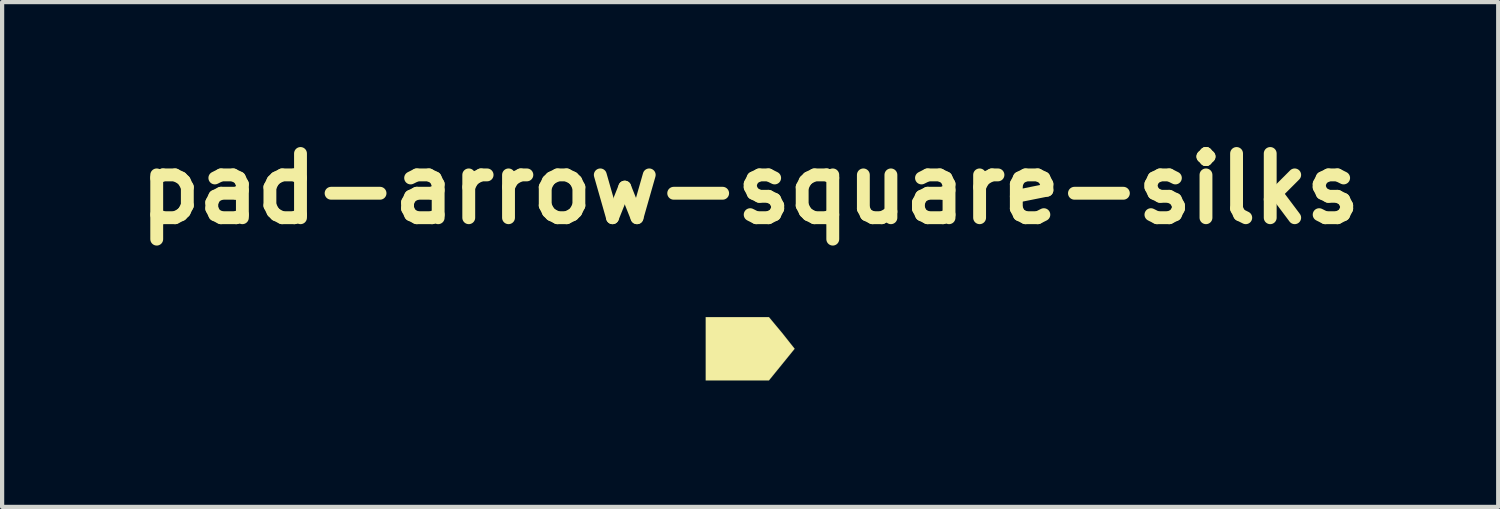
<source format=kicad_pcb>
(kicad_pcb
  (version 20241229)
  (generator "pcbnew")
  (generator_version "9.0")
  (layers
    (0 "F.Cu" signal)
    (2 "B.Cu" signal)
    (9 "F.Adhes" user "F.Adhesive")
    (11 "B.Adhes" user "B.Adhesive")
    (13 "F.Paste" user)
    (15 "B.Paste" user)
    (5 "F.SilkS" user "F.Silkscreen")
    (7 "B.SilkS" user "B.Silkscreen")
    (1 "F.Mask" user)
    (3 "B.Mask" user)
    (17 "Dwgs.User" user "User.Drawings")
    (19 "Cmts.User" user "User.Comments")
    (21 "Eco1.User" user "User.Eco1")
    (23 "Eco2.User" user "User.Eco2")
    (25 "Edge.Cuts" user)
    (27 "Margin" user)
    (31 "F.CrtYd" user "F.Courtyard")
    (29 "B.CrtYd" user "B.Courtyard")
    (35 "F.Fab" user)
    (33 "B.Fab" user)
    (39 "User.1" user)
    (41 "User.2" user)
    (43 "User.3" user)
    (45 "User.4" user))
  (footprint "pad-arrow-square-silks"
    (layer "F.Cu")
    (at 14.747 5.224)
    (property "Reference" "pad-arrow-square-silks" (at 0 -3.798 0) (layer "F.SilkS") (effects (font (size 1.524 1.524) (thickness 0.305))))
    (attr through_hole)
    (fp_poly (pts (xy -1.054 0.75) (xy -1.054 -0.75) (xy 0.445 -0.75) (xy 0.754 -0.379) (xy 1.054 0) (xy 0.754 0.37) (xy 0.445 0.75) (xy -1.054 0.75)) (stroke (width 0.003) (type solid)) (fill yes) (layer "F.Mask"))
    (fp_poly (pts (xy -1.054 0.75) (xy -1.054 -0.75) (xy 0.445 -0.75) (xy 0.754 -0.379) (xy 1.054 0) (xy 0.754 0.37) (xy 0.445 0.75) (xy -1.054 0.75)) (stroke (width 0.003) (type solid)) (fill yes) (layer "F.SilkS")))
  (gr_rect
    (start -3 -3)
    (end 32.493 8.975)
    (stroke (width 0.1) (type default))
    (fill no)
    (layer "Edge.Cuts")))
</source>
